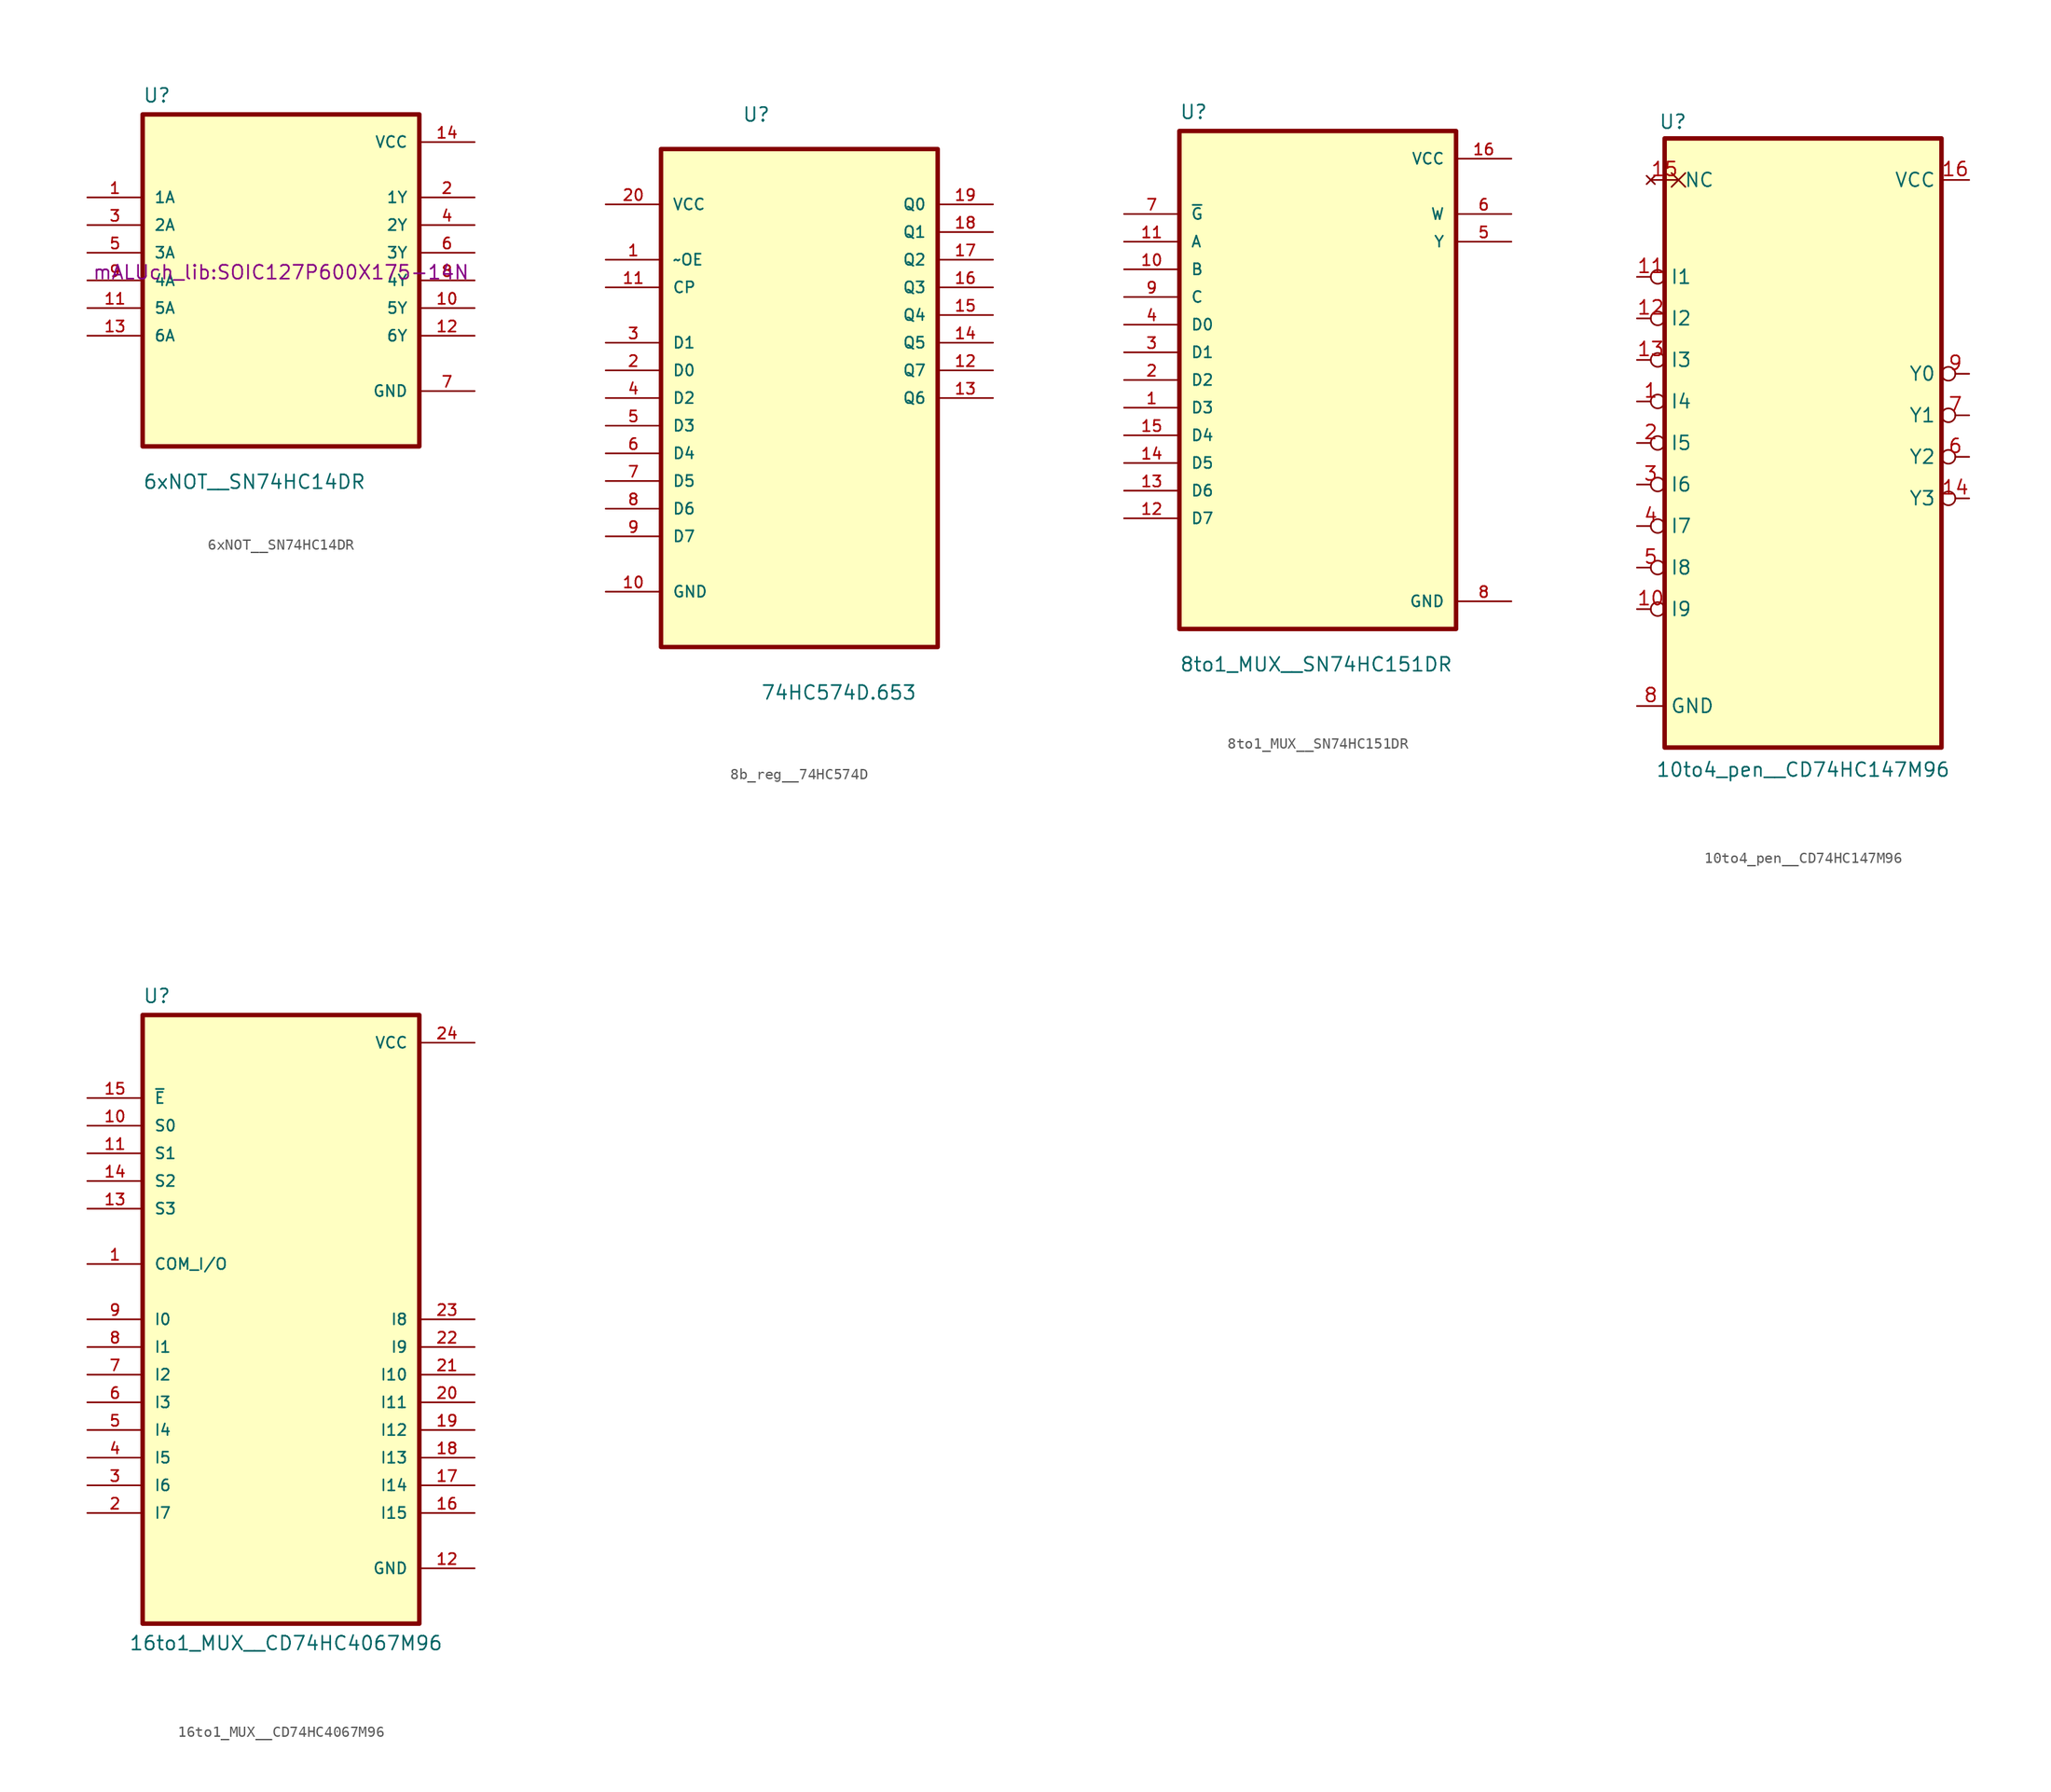
<source format=kicad_sym>
(kicad_symbol_lib
  (version 20241209)
  (generator "kicad_symbol_editor")
  (generator_version "9.0")
  (symbol "6xNOT__SN74HC14DR"
    (pin_names
      (offset 1.016))
    (property "Reference" "U"
      (at -12.7 16.24 0)
      (effects (font (size 1.27 1.27)) (justify left bottom)))
    (property "Value" "6xNOT__SN74HC14DR"
      (at -12.7 -19.24 0)
      (effects (font (size 1.27 1.27)) (justify left bottom)))
    (property "Footprint" "mALUch_lib:SOIC127P600X175-14N"
      (at 0 0 0)
      (effects (font (size 1.27 1.27)) (justify bottom)))
    (symbol "6xNOT__SN74HC14DR_0_0"
      (rectangle (start -12.7 -15.24) (end 12.7 15.24) (stroke (width 0.41) (type default)) (fill (type background)))
      (pin input line (at -17.78 7.62 0) (length 5.08) (name "1A" (effects (font (size 1.016 1.016)))) (number "1" (effects (font (size 1.016 1.016)))))
      (pin input line (at -17.78 5.08 0) (length 5.08) (name "2A" (effects (font (size 1.016 1.016)))) (number "3" (effects (font (size 1.016 1.016)))))
      (pin input line (at -17.78 2.54 0) (length 5.08) (name "3A" (effects (font (size 1.016 1.016)))) (number "5" (effects (font (size 1.016 1.016)))))
      (pin input line (at -17.78 0 0) (length 5.08) (name "4A" (effects (font (size 1.016 1.016)))) (number "9" (effects (font (size 1.016 1.016)))))
      (pin input line (at -17.78 -2.54 0) (length 5.08) (name "5A" (effects (font (size 1.016 1.016)))) (number "11" (effects (font (size 1.016 1.016)))))
      (pin input line (at -17.78 -5.08 0) (length 5.08) (name "6A" (effects (font (size 1.016 1.016)))) (number "13" (effects (font (size 1.016 1.016)))))
      (pin power_in line (at 17.78 12.7 180) (length 5.08) (name "VCC" (effects (font (size 1.016 1.016)))) (number "14" (effects (font (size 1.016 1.016)))))
      (pin output line (at 17.78 7.62 180) (length 5.08) (name "1Y" (effects (font (size 1.016 1.016)))) (number "2" (effects (font (size 1.016 1.016)))))
      (pin output line (at 17.78 5.08 180) (length 5.08) (name "2Y" (effects (font (size 1.016 1.016)))) (number "4" (effects (font (size 1.016 1.016)))))
      (pin output line (at 17.78 2.54 180) (length 5.08) (name "3Y" (effects (font (size 1.016 1.016)))) (number "6" (effects (font (size 1.016 1.016)))))
      (pin output line (at 17.78 0 180) (length 5.08) (name "4Y" (effects (font (size 1.016 1.016)))) (number "8" (effects (font (size 1.016 1.016)))))
      (pin output line (at 17.78 -2.54 180) (length 5.08) (name "5Y" (effects (font (size 1.016 1.016)))) (number "10" (effects (font (size 1.016 1.016)))))
      (pin output line (at 17.78 -5.08 180) (length 5.08) (name "6Y" (effects (font (size 1.016 1.016)))) (number "12" (effects (font (size 1.016 1.016)))))
      (pin power_in line (at 17.78 -10.16 180) (length 5.08) (name "GND" (effects (font (size 1.016 1.016)))) (number "7" (effects (font (size 1.016 1.016)))))))
  (symbol "8b_reg__74HC574D"
    (pin_names
      (offset 1.016))
    (property "Reference" "U"
      (at -5.26 22.741 0)
      (effects (font (size 1.27 1.27)) (justify left bottom)))
    (property "Value" "74HC574D.653"
      (at -3.556 -30.328 0)
      (effects (font (size 1.27 1.27)) (justify left bottom)))
    (symbol "8b_reg__74HC574D_0_0"
      (rectangle (start -12.7 -25.4) (end 12.7 20.32) (stroke (width 0.406) (type default)) (fill (type background)))
      (pin power_in line (at -17.78 15.24 0) (length 5.08) (name "VCC" (effects (font (size 1.016 1.016)))) (number "20" (effects (font (size 1.016 1.016)))))
      (pin input line (at -17.78 10.16 0) (length 5.08) (name "~OE" (effects (font (size 1.016 1.016)))) (number "1" (effects (font (size 1.016 1.016)))))
      (pin input line (at -17.78 7.62 0) (length 5.08) (name "CP" (effects (font (size 1.016 1.016)))) (number "11" (effects (font (size 1.016 1.016)))))
      (pin input line (at -17.78 2.54 0) (length 5.08) (name "D1" (effects (font (size 1.016 1.016)))) (number "3" (effects (font (size 1.016 1.016)))))
      (pin input line (at -17.78 0 0) (length 5.08) (name "D0" (effects (font (size 1.016 1.016)))) (number "2" (effects (font (size 1.016 1.016)))))
      (pin input line (at -17.78 -2.54 0) (length 5.08) (name "D2" (effects (font (size 1.016 1.016)))) (number "4" (effects (font (size 1.016 1.016)))))
      (pin input line (at -17.78 -5.08 0) (length 5.08) (name "D3" (effects (font (size 1.016 1.016)))) (number "5" (effects (font (size 1.016 1.016)))))
      (pin input line (at -17.78 -7.62 0) (length 5.08) (name "D4" (effects (font (size 1.016 1.016)))) (number "6" (effects (font (size 1.016 1.016)))))
      (pin input line (at -17.78 -10.16 0) (length 5.08) (name "D5" (effects (font (size 1.016 1.016)))) (number "7" (effects (font (size 1.016 1.016)))))
      (pin input line (at -17.78 -12.7 0) (length 5.08) (name "D6" (effects (font (size 1.016 1.016)))) (number "8" (effects (font (size 1.016 1.016)))))
      (pin input line (at -17.78 -15.24 0) (length 5.08) (name "D7" (effects (font (size 1.016 1.016)))) (number "9" (effects (font (size 1.016 1.016)))))
      (pin passive line (at -17.78 -20.32 0) (length 5.08) (name "GND" (effects (font (size 1.016 1.016)))) (number "10" (effects (font (size 1.016 1.016)))))
      (pin output line (at 17.78 15.24 180) (length 5.08) (name "Q0" (effects (font (size 1.016 1.016)))) (number "19" (effects (font (size 1.016 1.016)))))
      (pin output line (at 17.78 12.7 180) (length 5.08) (name "Q1" (effects (font (size 1.016 1.016)))) (number "18" (effects (font (size 1.016 1.016)))))
      (pin output line (at 17.78 10.16 180) (length 5.08) (name "Q2" (effects (font (size 1.016 1.016)))) (number "17" (effects (font (size 1.016 1.016)))))
      (pin output line (at 17.78 7.62 180) (length 5.08) (name "Q3" (effects (font (size 1.016 1.016)))) (number "16" (effects (font (size 1.016 1.016)))))
      (pin output line (at 17.78 5.08 180) (length 5.08) (name "Q4" (effects (font (size 1.016 1.016)))) (number "15" (effects (font (size 1.016 1.016)))))
      (pin output line (at 17.78 2.54 180) (length 5.08) (name "Q5" (effects (font (size 1.016 1.016)))) (number "14" (effects (font (size 1.016 1.016)))))
      (pin output line (at 17.78 0 180) (length 5.08) (name "Q7" (effects (font (size 1.016 1.016)))) (number "12" (effects (font (size 1.016 1.016)))))
      (pin output line (at 17.78 -2.54 180) (length 5.08) (name "Q6" (effects (font (size 1.016 1.016)))) (number "13" (effects (font (size 1.016 1.016)))))))
  (symbol "8to1_MUX__SN74HC151DR"
    (pin_names
      (offset 1.016))
    (property "Reference" "U"
      (at -12.7 23.86 0)
      (effects (font (size 1.27 1.27)) (justify left bottom)))
    (property "Value" "8to1_MUX__SN74HC151DR"
      (at -12.7 -26.86 0)
      (effects (font (size 1.27 1.27)) (justify left bottom)))
    (symbol "8to1_MUX__SN74HC151DR_0_0"
      (rectangle (start -12.7 -22.86) (end 12.7 22.86) (stroke (width 0.41) (type default)) (fill (type background)))
      (pin input line (at -17.78 15.24 0) (length 5.08) (name "~{G}" (effects (font (size 1.016 1.016)))) (number "7" (effects (font (size 1.016 1.016)))))
      (pin input line (at -17.78 12.7 0) (length 5.08) (name "A" (effects (font (size 1.016 1.016)))) (number "11" (effects (font (size 1.016 1.016)))))
      (pin input line (at -17.78 10.16 0) (length 5.08) (name "B" (effects (font (size 1.016 1.016)))) (number "10" (effects (font (size 1.016 1.016)))))
      (pin input line (at -17.78 7.62 0) (length 5.08) (name "C" (effects (font (size 1.016 1.016)))) (number "9" (effects (font (size 1.016 1.016)))))
      (pin input line (at -17.78 5.08 0) (length 5.08) (name "D0" (effects (font (size 1.016 1.016)))) (number "4" (effects (font (size 1.016 1.016)))))
      (pin input line (at -17.78 2.54 0) (length 5.08) (name "D1" (effects (font (size 1.016 1.016)))) (number "3" (effects (font (size 1.016 1.016)))))
      (pin input line (at -17.78 0 0) (length 5.08) (name "D2" (effects (font (size 1.016 1.016)))) (number "2" (effects (font (size 1.016 1.016)))))
      (pin input line (at -17.78 -2.54 0) (length 5.08) (name "D3" (effects (font (size 1.016 1.016)))) (number "1" (effects (font (size 1.016 1.016)))))
      (pin input line (at -17.78 -5.08 0) (length 5.08) (name "D4" (effects (font (size 1.016 1.016)))) (number "15" (effects (font (size 1.016 1.016)))))
      (pin input line (at -17.78 -7.62 0) (length 5.08) (name "D5" (effects (font (size 1.016 1.016)))) (number "14" (effects (font (size 1.016 1.016)))))
      (pin input line (at -17.78 -10.16 0) (length 5.08) (name "D6" (effects (font (size 1.016 1.016)))) (number "13" (effects (font (size 1.016 1.016)))))
      (pin input line (at -17.78 -12.7 0) (length 5.08) (name "D7" (effects (font (size 1.016 1.016)))) (number "12" (effects (font (size 1.016 1.016)))))
      (pin power_in line (at 17.78 20.32 180) (length 5.08) (name "VCC" (effects (font (size 1.016 1.016)))) (number "16" (effects (font (size 1.016 1.016)))))
      (pin output line (at 17.78 15.24 180) (length 5.08) (name "W" (effects (font (size 1.016 1.016)))) (number "6" (effects (font (size 1.016 1.016)))))
      (pin output line (at 17.78 12.7 180) (length 5.08) (name "Y" (effects (font (size 1.016 1.016)))) (number "5" (effects (font (size 1.016 1.016)))))
      (pin power_in line (at 17.78 -20.32 180) (length 5.08) (name "GND" (effects (font (size 1.016 1.016)))) (number "8" (effects (font (size 1.016 1.016)))))))
  (symbol "10to4_pen__CD74HC147M96"
    (property "Reference" "U"
      (at -11.938 29.464 0)
      (effects (font (size 1.27 1.27))))
    (property "Value" "10to4_pen__CD74HC147M96"
      (at 0 -29.972 0)
      (effects (font (size 1.27 1.27))))
    (symbol "10to4_pen__CD74HC147M96_0_0"
      (rectangle (start -12.7 -27.94) (end 12.7 27.94) (stroke (width 0.41) (type default)) (fill (type background))))
    (symbol "10to4_pen__CD74HC147M96_1_1"
      (pin input inverted (at -15.24 15.24 0) (length 2.54) (name "I1" (effects (font (size 1.27 1.27)))) (number "11" (effects (font (size 1.27 1.27)))))
      (pin input inverted (at -15.24 11.43 0) (length 2.54) (name "I2" (effects (font (size 1.27 1.27)))) (number "12" (effects (font (size 1.27 1.27)))))
      (pin input inverted (at -15.24 7.62 0) (length 2.54) (name "I3" (effects (font (size 1.27 1.27)))) (number "13" (effects (font (size 1.27 1.27)))))
      (pin input inverted (at -15.24 3.81 0) (length 2.54) (name "I4" (effects (font (size 1.27 1.27)))) (number "1" (effects (font (size 1.27 1.27)))))
      (pin input inverted (at -15.24 0 0) (length 2.54) (name "I5" (effects (font (size 1.27 1.27)))) (number "2" (effects (font (size 1.27 1.27)))))
      (pin input inverted (at -15.24 -3.81 0) (length 2.54) (name "I6" (effects (font (size 1.27 1.27)))) (number "3" (effects (font (size 1.27 1.27)))))
      (pin input inverted (at -15.24 -7.62 0) (length 2.54) (name "I7" (effects (font (size 1.27 1.27)))) (number "4" (effects (font (size 1.27 1.27)))))
      (pin input inverted (at -15.24 -11.43 0) (length 2.54) (name "I8" (effects (font (size 1.27 1.27)))) (number "5" (effects (font (size 1.27 1.27)))))
      (pin input inverted (at -15.24 -15.24 0) (length 2.54) (name "I9" (effects (font (size 1.27 1.27)))) (number "10" (effects (font (size 1.27 1.27)))))
      (pin power_out line (at -15.24 -24.13 0) (length 2.54) (name "GND" (effects (font (size 1.27 1.27)))) (number "8" (effects (font (size 1.27 1.27)))))
      (pin no_connect non_logic (at -13.97 24.13 0) (length 2.54) (name "NC" (effects (font (size 1.27 1.27)))) (number "15" (effects (font (size 1.27 1.27)))))
      (pin power_in line (at 15.24 24.13 180) (length 2.54) (name "VCC" (effects (font (size 1.27 1.27)))) (number "16" (effects (font (size 1.27 1.27)))))
      (pin output inverted (at 15.24 6.35 180) (length 2.54) (name "Y0" (effects (font (size 1.27 1.27)))) (number "9" (effects (font (size 1.27 1.27)))))
      (pin output inverted (at 15.24 2.54 180) (length 2.54) (name "Y1" (effects (font (size 1.27 1.27)))) (number "7" (effects (font (size 1.27 1.27)))))
      (pin output inverted (at 15.24 -1.27 180) (length 2.54) (name "Y2" (effects (font (size 1.27 1.27)))) (number "6" (effects (font (size 1.27 1.27)))))
      (pin output inverted (at 15.24 -5.08 180) (length 2.54) (name "Y3" (effects (font (size 1.27 1.27)))) (number "14" (effects (font (size 1.27 1.27)))))))
  (symbol "16to1_MUX__CD74HC4067M96"
    (pin_names
      (offset 1.016))
    (property "Reference" "U"
      (at -12.7 28.94 0)
      (effects (font (size 1.27 1.27)) (justify left bottom)))
    (property "Value" "16to1_MUX__CD74HC4067M96"
      (at -13.97 -30.48 0)
      (effects (font (size 1.27 1.27)) (justify left bottom)))
    (symbol "16to1_MUX__CD74HC4067M96_0_0"
      (rectangle (start -12.7 -27.94) (end 12.7 27.94) (stroke (width 0.41) (type default)) (fill (type background)))
      (pin input line (at -17.78 20.32 0) (length 5.08) (name "~{E}" (effects (font (size 1.016 1.016)))) (number "15" (effects (font (size 1.016 1.016)))))
      (pin input line (at -17.78 17.78 0) (length 5.08) (name "S0" (effects (font (size 1.016 1.016)))) (number "10" (effects (font (size 1.016 1.016)))))
      (pin input line (at -17.78 15.24 0) (length 5.08) (name "S1" (effects (font (size 1.016 1.016)))) (number "11" (effects (font (size 1.016 1.016)))))
      (pin input line (at -17.78 12.7 0) (length 5.08) (name "S2" (effects (font (size 1.016 1.016)))) (number "14" (effects (font (size 1.016 1.016)))))
      (pin input line (at -17.78 10.16 0) (length 5.08) (name "S3" (effects (font (size 1.016 1.016)))) (number "13" (effects (font (size 1.016 1.016)))))
      (pin bidirectional line (at -17.78 5.08 0) (length 5.08) (name "COM_I/O" (effects (font (size 1.016 1.016)))) (number "1" (effects (font (size 1.016 1.016)))))
      (pin bidirectional line (at -17.78 0 0) (length 5.08) (name "I0" (effects (font (size 1.016 1.016)))) (number "9" (effects (font (size 1.016 1.016)))))
      (pin bidirectional line (at -17.78 -2.54 0) (length 5.08) (name "I1" (effects (font (size 1.016 1.016)))) (number "8" (effects (font (size 1.016 1.016)))))
      (pin bidirectional line (at -17.78 -5.08 0) (length 5.08) (name "I2" (effects (font (size 1.016 1.016)))) (number "7" (effects (font (size 1.016 1.016)))))
      (pin bidirectional line (at -17.78 -7.62 0) (length 5.08) (name "I3" (effects (font (size 1.016 1.016)))) (number "6" (effects (font (size 1.016 1.016)))))
      (pin bidirectional line (at -17.78 -10.16 0) (length 5.08) (name "I4" (effects (font (size 1.016 1.016)))) (number "5" (effects (font (size 1.016 1.016)))))
      (pin bidirectional line (at -17.78 -12.7 0) (length 5.08) (name "I5" (effects (font (size 1.016 1.016)))) (number "4" (effects (font (size 1.016 1.016)))))
      (pin bidirectional line (at -17.78 -15.24 0) (length 5.08) (name "I6" (effects (font (size 1.016 1.016)))) (number "3" (effects (font (size 1.016 1.016)))))
      (pin bidirectional line (at -17.78 -17.78 0) (length 5.08) (name "I7" (effects (font (size 1.016 1.016)))) (number "2" (effects (font (size 1.016 1.016)))))
      (pin power_in line (at 17.78 25.4 180) (length 5.08) (name "VCC" (effects (font (size 1.016 1.016)))) (number "24" (effects (font (size 1.016 1.016)))))
      (pin bidirectional line (at 17.78 0 180) (length 5.08) (name "I8" (effects (font (size 1.016 1.016)))) (number "23" (effects (font (size 1.016 1.016)))))
      (pin bidirectional line (at 17.78 -2.54 180) (length 5.08) (name "I9" (effects (font (size 1.016 1.016)))) (number "22" (effects (font (size 1.016 1.016)))))
      (pin bidirectional line (at 17.78 -5.08 180) (length 5.08) (name "I10" (effects (font (size 1.016 1.016)))) (number "21" (effects (font (size 1.016 1.016)))))
      (pin bidirectional line (at 17.78 -7.62 180) (length 5.08) (name "I11" (effects (font (size 1.016 1.016)))) (number "20" (effects (font (size 1.016 1.016)))))
      (pin bidirectional line (at 17.78 -10.16 180) (length 5.08) (name "I12" (effects (font (size 1.016 1.016)))) (number "19" (effects (font (size 1.016 1.016)))))
      (pin bidirectional line (at 17.78 -12.7 180) (length 5.08) (name "I13" (effects (font (size 1.016 1.016)))) (number "18" (effects (font (size 1.016 1.016)))))
      (pin bidirectional line (at 17.78 -15.24 180) (length 5.08) (name "I14" (effects (font (size 1.016 1.016)))) (number "17" (effects (font (size 1.016 1.016)))))
      (pin bidirectional line (at 17.78 -17.78 180) (length 5.08) (name "I15" (effects (font (size 1.016 1.016)))) (number "16" (effects (font (size 1.016 1.016)))))
      (pin power_in line (at 17.78 -22.86 180) (length 5.08) (name "GND" (effects (font (size 1.016 1.016)))) (number "12" (effects (font (size 1.016 1.016))))))))
</source>
